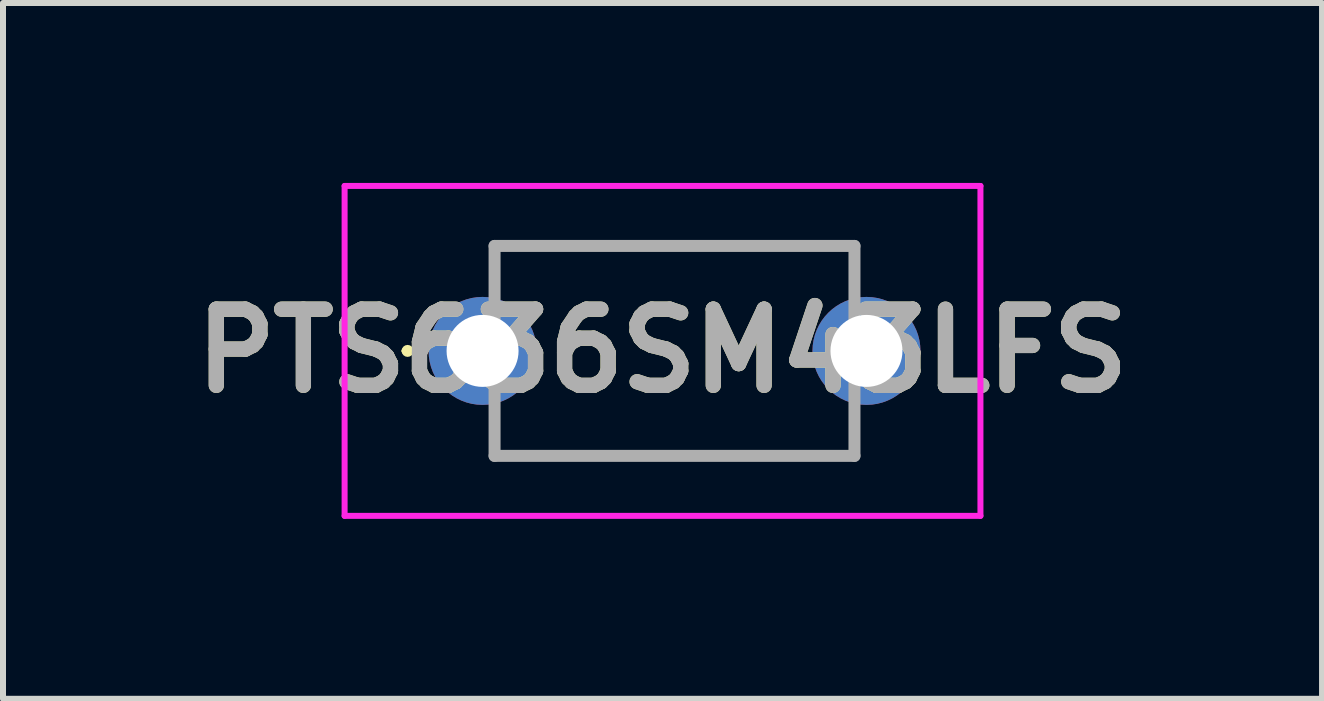
<source format=kicad_pcb>
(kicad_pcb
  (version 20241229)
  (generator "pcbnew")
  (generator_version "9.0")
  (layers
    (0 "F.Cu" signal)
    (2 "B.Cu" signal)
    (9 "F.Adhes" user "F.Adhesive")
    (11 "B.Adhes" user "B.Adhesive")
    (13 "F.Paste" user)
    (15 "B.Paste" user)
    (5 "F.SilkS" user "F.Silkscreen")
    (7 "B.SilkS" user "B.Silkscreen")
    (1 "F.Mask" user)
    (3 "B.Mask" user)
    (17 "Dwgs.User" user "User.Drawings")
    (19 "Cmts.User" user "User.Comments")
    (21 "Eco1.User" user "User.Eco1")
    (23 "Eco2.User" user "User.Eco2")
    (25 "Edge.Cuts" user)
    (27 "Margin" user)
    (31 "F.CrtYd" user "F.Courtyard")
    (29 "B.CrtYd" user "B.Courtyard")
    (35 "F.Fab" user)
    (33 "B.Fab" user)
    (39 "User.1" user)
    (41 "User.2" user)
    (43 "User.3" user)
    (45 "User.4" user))
  (footprint "PTS636SM43LFS"
    (layer "F.Cu")
    (at 4.995 2.8)
    (property "Reference" "PTS636SM43LFS" (at 3 0 0) (layer "F.SilkS") (effects (font (size 1.27 1.27) (thickness 0.254))))
    (attr through_hole)
    (fp_line (start -1.3 0) (end -1.3 0) (stroke (width 0.1) (type solid)) (layer "F.SilkS"))
    (fp_line (start -1.2 0) (end -1.2 0) (stroke (width 0.1) (type solid)) (layer "F.SilkS"))
    (fp_line (start 0.2 -1.75) (end 6.2 -1.75) (stroke (width 0.1) (type solid)) (layer "F.SilkS"))
    (fp_line (start 0.2 1.75) (end 6.2 1.75) (stroke (width 0.1) (type solid)) (layer "F.SilkS"))
    (fp_arc (start -1.3 0) (mid -1.25 -0.05) (end -1.2 0) (stroke (width 0.1) (type solid)) (layer "F.SilkS"))
    (fp_arc (start -1.2 0) (mid -1.25 0.05) (end -1.3 0) (stroke (width 0.1) (type solid)) (layer "F.SilkS"))
    (fp_line (start -2.3 -2.75) (end 8.3 -2.75) (stroke (width 0.1) (type solid)) (layer "F.CrtYd"))
    (fp_line (start -2.3 2.75) (end -2.3 -2.75) (stroke (width 0.1) (type solid)) (layer "F.CrtYd"))
    (fp_line (start 8.3 -2.75) (end 8.3 2.75) (stroke (width 0.1) (type solid)) (layer "F.CrtYd"))
    (fp_line (start 8.3 2.75) (end -2.3 2.75) (stroke (width 0.1) (type solid)) (layer "F.CrtYd"))
    (fp_line (start 0.2 -1.75) (end 6.2 -1.75) (stroke (width 0.2) (type solid)) (layer "F.Fab"))
    (fp_line (start 0.2 1.75) (end 0.2 -1.75) (stroke (width 0.2) (type solid)) (layer "F.Fab"))
    (fp_line (start 6.2 -1.75) (end 6.2 1.75) (stroke (width 0.2) (type solid)) (layer "F.Fab"))
    (fp_line (start 6.2 1.75) (end 0.2 1.75) (stroke (width 0.2) (type solid)) (layer "F.Fab"))
    (fp_text user "${REFERENCE}" (at 3 0 0) (layer "F.Fab") (effects (font (size 1.27 1.27) (thickness 0.254))))
    (pad "1" thru_hole circle (at 0 0) (size 1.8 1.8) (drill 1.2) (layers "*.Cu" "*.Mask"))
    (pad "2" thru_hole circle (at 6.4 0) (size 1.8 1.8) (drill 1.2) (layers "*.Cu" "*.Mask")))
  (gr_rect
    (start -3 -3)
    (end 18.99 8.6)
    (stroke (width 0.1) (type default))
    (fill no)
    (layer "Edge.Cuts")))
</source>
